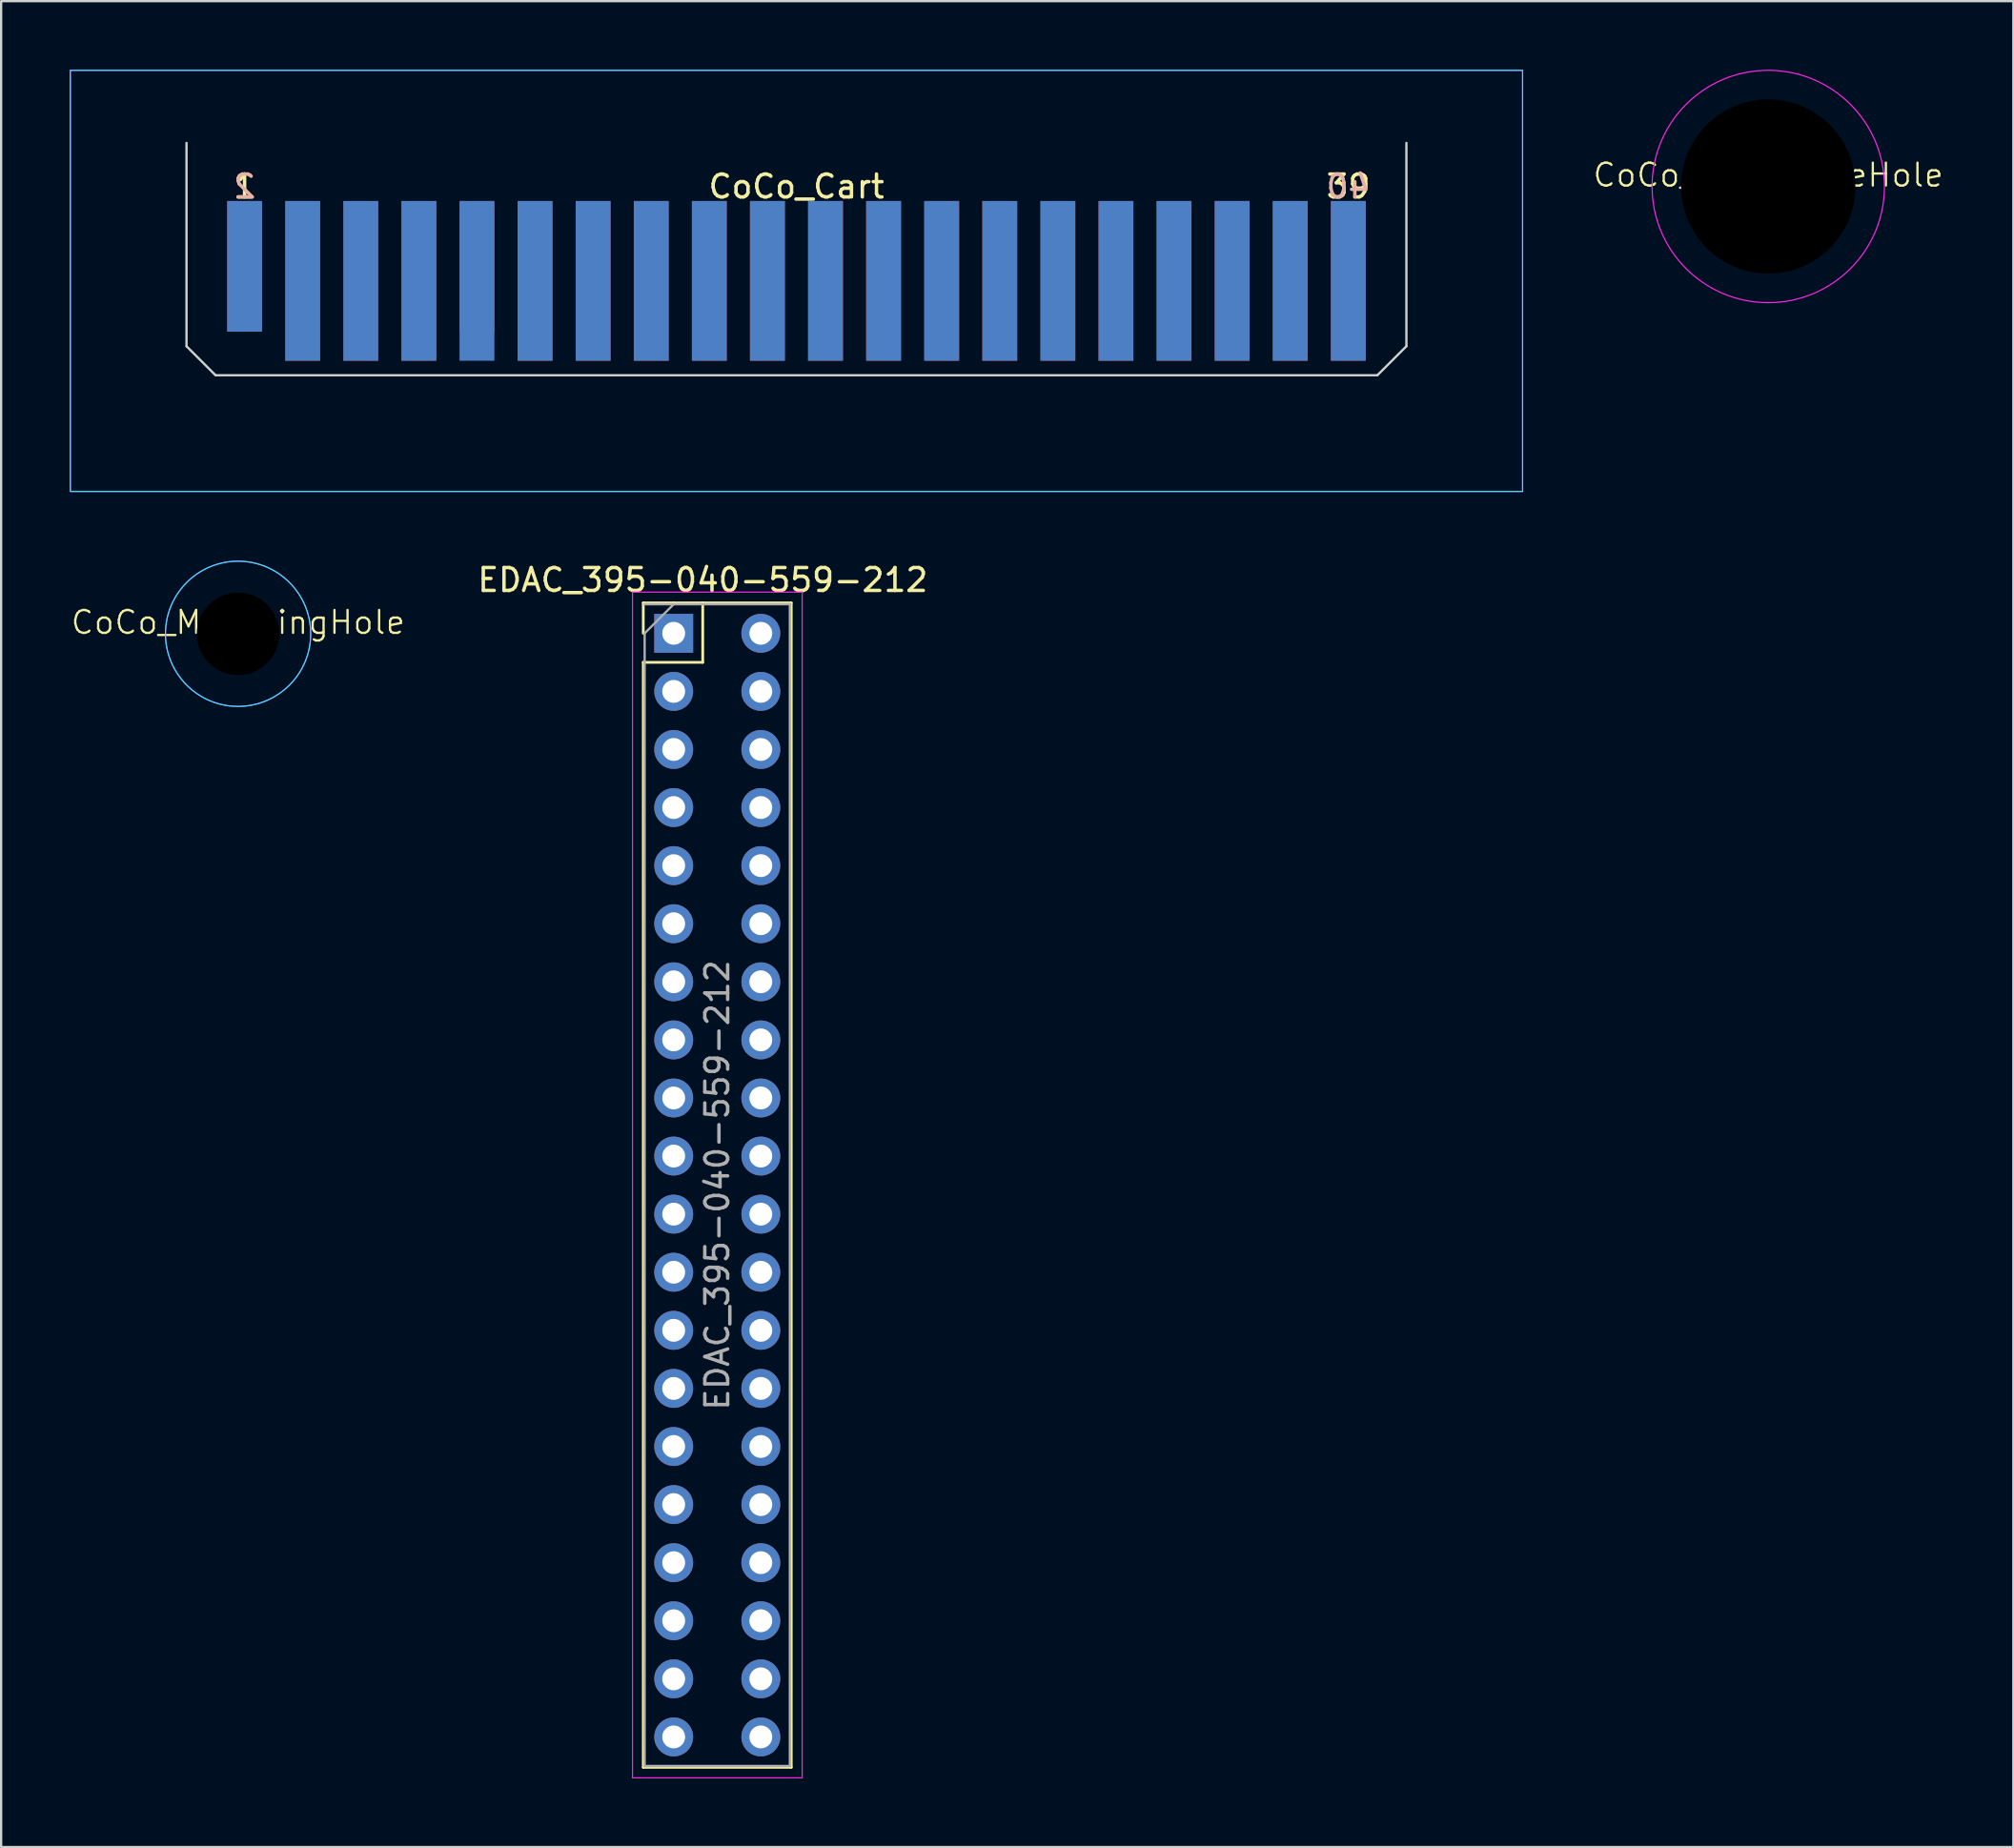
<source format=kicad_pcb>
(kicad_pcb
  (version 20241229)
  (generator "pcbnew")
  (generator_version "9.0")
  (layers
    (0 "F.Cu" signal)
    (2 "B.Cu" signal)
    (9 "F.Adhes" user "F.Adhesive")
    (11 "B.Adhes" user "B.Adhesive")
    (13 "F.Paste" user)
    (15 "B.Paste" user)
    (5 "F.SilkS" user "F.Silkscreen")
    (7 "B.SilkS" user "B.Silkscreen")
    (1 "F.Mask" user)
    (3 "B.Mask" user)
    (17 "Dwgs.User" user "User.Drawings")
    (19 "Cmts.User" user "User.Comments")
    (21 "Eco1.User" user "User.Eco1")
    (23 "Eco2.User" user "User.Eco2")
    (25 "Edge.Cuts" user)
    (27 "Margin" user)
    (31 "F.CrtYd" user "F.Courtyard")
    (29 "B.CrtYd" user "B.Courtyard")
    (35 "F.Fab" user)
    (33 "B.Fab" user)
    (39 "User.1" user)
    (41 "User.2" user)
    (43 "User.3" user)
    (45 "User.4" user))
  (footprint "CoCo_Cart"
    (layer "F.Cu")
    (at 31.775 13.36)
    (property "Reference" "CoCo_Cart" (at 0 -8.255 0) (unlocked yes) (layer "F.SilkS") (effects (font (size 1 1) (thickness 0.15))))
    (attr exclude_from_pos_files exclude_from_bom)
    (fp_rect (start -26.67 0) (end 26.67 -7.62) (stroke (width 0) (type solid)) (fill yes) (layer "F.Mask"))
    (fp_rect (start -26.67 0) (end 26.67 -7.62) (stroke (width 0) (type solid)) (fill yes) (layer "B.Mask"))
    (fp_line (start -26.67 -1.27) (end -26.67 -10.16) (stroke (width 0.1) (type default)) (layer "Edge.Cuts"))
    (fp_line (start -25.4 0) (end -26.67 -1.27) (stroke (width 0.1) (type default)) (layer "Edge.Cuts"))
    (fp_line (start -25.4 0) (end 25.4 0) (stroke (width 0.1) (type default)) (layer "Edge.Cuts"))
    (fp_line (start 25.4 0) (end 26.67 -1.27) (stroke (width 0.1) (type default)) (layer "Edge.Cuts"))
    (fp_line (start 26.67 -1.27) (end 26.67 -10.16) (stroke (width 0.1) (type default)) (layer "Edge.Cuts"))
    (fp_rect (start 31.75 -13.335) (end -31.75 5.08) (stroke (width 0.05) (type default)) (fill no) (layer "B.CrtYd"))
    (fp_rect (start 31.75 5.08) (end -31.75 -13.335) (stroke (width 0.05) (type default)) (fill no) (layer "F.CrtYd"))
    (fp_text user "39" (at 24.13 -8.255 0) (unlocked yes) (layer "F.SilkS") (effects (font (size 1 1) (thickness 0.15))))
    (fp_text user "1" (at -24.13 -8.255 0) (unlocked yes) (layer "F.SilkS") (effects (font (size 1 1) (thickness 0.15))))
    (fp_text user "2" (at -24.13 -8.255 0) (unlocked yes) (layer "B.SilkS") (effects (font (size 1 1) (thickness 0.15)) (justify mirror)))
    (fp_text user "40" (at 24.13 -8.255 0) (unlocked yes) (layer "B.SilkS") (effects (font (size 1 1) (thickness 0.15)) (justify mirror)))
    (pad "1" connect rect (at -24.13 -4.763) (size 1.524 5.715) (layers "F.Cu"))
    (pad "2" connect rect (at -24.13 -4.763) (size 1.524 5.715) (layers "B.Cu"))
    (pad "3" connect rect (at -21.59 -4.128) (size 1.524 6.985) (layers "F.Cu"))
    (pad "4" connect rect (at -21.59 -4.128) (size 1.524 6.985) (layers "B.Cu"))
    (pad "5" connect rect (at -19.05 -4.128) (size 1.524 6.985) (layers "F.Cu"))
    (pad "6" connect rect (at -19.05 -4.128) (size 1.524 6.985) (layers "B.Cu"))
    (pad "7" connect rect (at -16.51 -4.128) (size 1.524 6.985) (layers "F.Cu"))
    (pad "8" connect rect (at -16.51 -4.128) (size 1.524 6.985) (layers "B.Cu"))
    (pad "9" connect rect (at -13.97 -4.763) (size 1.524 5.715) (layers "F.Cu"))
    (pad "10" connect rect (at -13.97 -4.128) (size 1.524 6.985) (layers "B.Cu"))
    (pad "11" connect rect (at -11.43 -4.128) (size 1.524 6.985) (layers "F.Cu"))
    (pad "12" connect rect (at -11.43 -4.128) (size 1.524 6.985) (layers "B.Cu"))
    (pad "13" connect rect (at -8.89 -4.128) (size 1.524 6.985) (layers "F.Cu"))
    (pad "14" connect rect (at -8.89 -4.128) (size 1.524 6.985) (layers "B.Cu"))
    (pad "15" connect rect (at -6.35 -4.128) (size 1.524 6.985) (layers "F.Cu"))
    (pad "16" connect rect (at -6.35 -4.128) (size 1.524 6.985) (layers "B.Cu"))
    (pad "17" connect rect (at -3.81 -4.128) (size 1.524 6.985) (layers "F.Cu"))
    (pad "18" connect rect (at -3.81 -4.128) (size 1.524 6.985) (layers "B.Cu"))
    (pad "19" connect rect (at -1.27 -4.128) (size 1.524 6.985) (layers "F.Cu"))
    (pad "20" connect rect (at -1.27 -4.128) (size 1.524 6.985) (layers "B.Cu"))
    (pad "21" connect rect (at 1.27 -4.128) (size 1.524 6.985) (layers "F.Cu"))
    (pad "22" connect rect (at 1.27 -4.128) (size 1.524 6.985) (layers "B.Cu"))
    (pad "23" connect rect (at 3.81 -4.128) (size 1.524 6.985) (layers "F.Cu"))
    (pad "24" connect rect (at 3.81 -4.128) (size 1.524 6.985) (layers "B.Cu"))
    (pad "25" connect rect (at 6.35 -4.128) (size 1.524 6.985) (layers "F.Cu"))
    (pad "26" connect rect (at 6.35 -4.128) (size 1.524 6.985) (layers "B.Cu"))
    (pad "27" connect rect (at 8.89 -4.128) (size 1.524 6.985) (layers "F.Cu"))
    (pad "28" connect rect (at 8.89 -4.128) (size 1.524 6.985) (layers "B.Cu"))
    (pad "29" connect rect (at 11.43 -4.128) (size 1.524 6.985) (layers "F.Cu"))
    (pad "30" connect rect (at 11.43 -4.128) (size 1.524 6.985) (layers "B.Cu"))
    (pad "31" connect rect (at 13.97 -4.128) (size 1.524 6.985) (layers "F.Cu"))
    (pad "32" connect rect (at 13.97 -4.128) (size 1.524 6.985) (layers "B.Cu"))
    (pad "33" connect rect (at 16.51 -4.128) (size 1.524 6.985) (layers "F.Cu"))
    (pad "34" connect rect (at 16.51 -4.128) (size 1.524 6.985) (layers "B.Cu"))
    (pad "35" connect rect (at 19.05 -4.128) (size 1.524 6.985) (layers "F.Cu"))
    (pad "36" connect rect (at 19.05 -4.128) (size 1.524 6.985) (layers "B.Cu"))
    (pad "37" connect rect (at 21.59 -4.128) (size 1.524 6.985) (layers "F.Cu"))
    (pad "38" connect rect (at 21.59 -4.128) (size 1.524 6.985) (layers "B.Cu"))
    (pad "39" connect rect (at 24.13 -4.128) (size 1.524 6.985) (layers "F.Cu"))
    (pad "40" connect rect (at 24.13 -4.128) (size 1.524 6.985) (layers "B.Cu"))
    (zone (net_name "") (layers "F.Cu" "B.Cu") (name "Bevel") (hatch edge 0.5) (connect_pads) (min_thickness 0.25) (filled_areas_thickness no) (keepout (tracks not_allowed) (vias not_allowed) (pads not_allowed) (copperpour not_allowed) (footprints not_allowed)) (placement (enabled no)) (fill) (polygon (pts (xy 58.475 13.36) (xy 58.475 12.76) (xy 5.075 12.76) (xy 5.075 13.36)))))
  (footprint "CoCo_MountingHole"
    (layer "F.Cu")
    (at 7.36 24.665)
    (property "Reference" "CoCo_MountingHole" (at 0 -0.5 0) (unlocked yes) (layer "F.SilkS") (effects (font (size 1 1) (thickness 0.1))))
    (attr through_hole board_only exclude_from_pos_files exclude_from_bom)
    (fp_circle (center 0 0) (end 3.175 0) (stroke (width 0.05) (type default)) (fill no) (layer "B.CrtYd"))
    (fp_circle (center 0 0) (end -3.175 0) (stroke (width 0.05) (type default)) (fill no) (layer "F.CrtYd"))
    (pad "" np_thru_hole circle (at 0 0) (size 5.715 5.715) (drill 3.607) (layers "*.Mask")))
  (footprint "EDAC_395-040-559-212"
    (layer "F.Cu")
    (at 26.407 24.643)
    (property "Reference" "EDAC_395-040-559-212" (at 1.27 -2.33 0) (layer "F.SilkS") (effects (font (size 1 1) (thickness 0.15))))
    (attr through_hole)
    (fp_line (start -1.33 -1.33) (end 0 -1.33) (stroke (width 0.12) (type solid)) (layer "F.SilkS"))
    (fp_line (start -1.33 0) (end -1.33 -1.33) (stroke (width 0.12) (type solid)) (layer "F.SilkS"))
    (fp_line (start -1.33 1.27) (end -1.33 49.59) (stroke (width 0.12) (type solid)) (layer "F.SilkS"))
    (fp_line (start -1.33 1.27) (end 1.27 1.27) (stroke (width 0.12) (type solid)) (layer "F.SilkS"))
    (fp_line (start -1.33 49.59) (end 5.14 49.59) (stroke (width 0.12) (type solid)) (layer "F.SilkS"))
    (fp_line (start 0 -1.33) (end 5.14 -1.33) (stroke (width 0.12) (type solid)) (layer "F.SilkS"))
    (fp_line (start 1.27 1.27) (end 1.27 -1.33) (stroke (width 0.12) (type solid)) (layer "F.SilkS"))
    (fp_line (start 5.14 -1.33) (end 5.14 49.59) (stroke (width 0.12) (type solid)) (layer "F.SilkS"))
    (fp_line (start -1.8 -1.8) (end -1.8 50.05) (stroke (width 0.05) (type solid)) (layer "F.CrtYd"))
    (fp_line (start -1.8 50.05) (end 5.62 50.05) (stroke (width 0.05) (type solid)) (layer "F.CrtYd"))
    (fp_line (start 5.62 -1.8) (end -1.805 -1.8) (stroke (width 0.05) (type solid)) (layer "F.CrtYd"))
    (fp_line (start 5.62 50.05) (end 5.62 -1.8) (stroke (width 0.05) (type solid)) (layer "F.CrtYd"))
    (fp_line (start -1.27 -1.27) (end 5.08 -1.27) (stroke (width 0.1) (type solid)) (layer "F.Fab"))
    (fp_line (start -1.27 0) (end 0 -1.27) (stroke (width 0.1) (type solid)) (layer "F.Fab"))
    (fp_line (start -1.27 49.53) (end -1.27 0) (stroke (width 0.1) (type solid)) (layer "F.Fab"))
    (fp_line (start 5.08 -1.27) (end 5.08 49.53) (stroke (width 0.1) (type solid)) (layer "F.Fab"))
    (fp_line (start 5.08 49.53) (end -1.27 49.53) (stroke (width 0.1) (type solid)) (layer "F.Fab"))
    (fp_text user "${REFERENCE}" (at 1.905 24.13 90) (layer "F.Fab") (effects (font (size 1 1) (thickness 0.15))))
    (pad "1" thru_hole rect (at 0 0) (size 1.7 1.7) (drill 1) (layers "*.Cu" "*.Mask"))
    (pad "2" thru_hole oval (at 3.81 0) (size 1.7 1.7) (drill 1) (layers "*.Cu" "*.Mask"))
    (pad "3" thru_hole oval (at 0 2.54) (size 1.7 1.7) (drill 1) (layers "*.Cu" "*.Mask"))
    (pad "4" thru_hole oval (at 3.81 2.54) (size 1.7 1.7) (drill 1) (layers "*.Cu" "*.Mask"))
    (pad "5" thru_hole oval (at 0 5.08) (size 1.7 1.7) (drill 1) (layers "*.Cu" "*.Mask"))
    (pad "6" thru_hole oval (at 3.81 5.08) (size 1.7 1.7) (drill 1) (layers "*.Cu" "*.Mask"))
    (pad "7" thru_hole oval (at 0 7.62) (size 1.7 1.7) (drill 1) (layers "*.Cu" "*.Mask"))
    (pad "8" thru_hole oval (at 3.81 7.62) (size 1.7 1.7) (drill 1) (layers "*.Cu" "*.Mask"))
    (pad "9" thru_hole oval (at 0 10.16) (size 1.7 1.7) (drill 1) (layers "*.Cu" "*.Mask"))
    (pad "10" thru_hole oval (at 3.81 10.16) (size 1.7 1.7) (drill 1) (layers "*.Cu" "*.Mask"))
    (pad "11" thru_hole oval (at 0 12.7) (size 1.7 1.7) (drill 1) (layers "*.Cu" "*.Mask"))
    (pad "12" thru_hole oval (at 3.81 12.7) (size 1.7 1.7) (drill 1) (layers "*.Cu" "*.Mask"))
    (pad "13" thru_hole oval (at 0 15.24) (size 1.7 1.7) (drill 1) (layers "*.Cu" "*.Mask"))
    (pad "14" thru_hole oval (at 3.81 15.24) (size 1.7 1.7) (drill 1) (layers "*.Cu" "*.Mask"))
    (pad "15" thru_hole oval (at 0 17.78) (size 1.7 1.7) (drill 1) (layers "*.Cu" "*.Mask"))
    (pad "16" thru_hole oval (at 3.81 17.78) (size 1.7 1.7) (drill 1) (layers "*.Cu" "*.Mask"))
    (pad "17" thru_hole oval (at 0 20.32) (size 1.7 1.7) (drill 1) (layers "*.Cu" "*.Mask"))
    (pad "18" thru_hole oval (at 3.81 20.32) (size 1.7 1.7) (drill 1) (layers "*.Cu" "*.Mask"))
    (pad "19" thru_hole oval (at 0 22.86) (size 1.7 1.7) (drill 1) (layers "*.Cu" "*.Mask"))
    (pad "20" thru_hole oval (at 3.81 22.86) (size 1.7 1.7) (drill 1) (layers "*.Cu" "*.Mask"))
    (pad "21" thru_hole oval (at 0 25.4) (size 1.7 1.7) (drill 1) (layers "*.Cu" "*.Mask"))
    (pad "22" thru_hole oval (at 3.81 25.4) (size 1.7 1.7) (drill 1) (layers "*.Cu" "*.Mask"))
    (pad "23" thru_hole oval (at 0 27.94) (size 1.7 1.7) (drill 1) (layers "*.Cu" "*.Mask"))
    (pad "24" thru_hole oval (at 3.81 27.94) (size 1.7 1.7) (drill 1) (layers "*.Cu" "*.Mask"))
    (pad "25" thru_hole oval (at 0 30.48) (size 1.7 1.7) (drill 1) (layers "*.Cu" "*.Mask"))
    (pad "26" thru_hole oval (at 3.81 30.48) (size 1.7 1.7) (drill 1) (layers "*.Cu" "*.Mask"))
    (pad "27" thru_hole oval (at 0 33.02) (size 1.7 1.7) (drill 1) (layers "*.Cu" "*.Mask"))
    (pad "28" thru_hole oval (at 3.81 33.02) (size 1.7 1.7) (drill 1) (layers "*.Cu" "*.Mask"))
    (pad "29" thru_hole oval (at 0 35.56) (size 1.7 1.7) (drill 1) (layers "*.Cu" "*.Mask"))
    (pad "30" thru_hole oval (at 3.81 35.56) (size 1.7 1.7) (drill 1) (layers "*.Cu" "*.Mask"))
    (pad "31" thru_hole oval (at 0 38.1) (size 1.7 1.7) (drill 1) (layers "*.Cu" "*.Mask"))
    (pad "32" thru_hole oval (at 3.81 38.1) (size 1.7 1.7) (drill 1) (layers "*.Cu" "*.Mask"))
    (pad "33" thru_hole oval (at 0 40.64) (size 1.7 1.7) (drill 1) (layers "*.Cu" "*.Mask"))
    (pad "34" thru_hole oval (at 3.81 40.64) (size 1.7 1.7) (drill 1) (layers "*.Cu" "*.Mask"))
    (pad "35" thru_hole oval (at 0 43.18) (size 1.7 1.7) (drill 1) (layers "*.Cu" "*.Mask"))
    (pad "36" thru_hole oval (at 3.81 43.18) (size 1.7 1.7) (drill 1) (layers "*.Cu" "*.Mask"))
    (pad "37" thru_hole oval (at 0 45.72) (size 1.7 1.7) (drill 1) (layers "*.Cu" "*.Mask"))
    (pad "38" thru_hole oval (at 3.81 45.72) (size 1.7 1.7) (drill 1) (layers "*.Cu" "*.Mask"))
    (pad "39" thru_hole oval (at 0 48.26) (size 1.7 1.7) (drill 1) (layers "*.Cu" "*.Mask"))
    (pad "40" thru_hole oval (at 3.81 48.26) (size 1.7 1.7) (drill 1) (layers "*.Cu" "*.Mask")))
  (footprint "CoCo_ClearanceHole"
    (layer "F.Cu")
    (at 74.267 5.105)
    (property "Reference" "CoCo_ClearanceHole" (at 0 -0.5 0) (unlocked yes) (layer "F.SilkS") (effects (font (size 1 1) (thickness 0.1))))
    (attr through_hole board_only exclude_from_pos_files exclude_from_bom)
    (fp_circle (center 0 0) (end 5.08 0) (stroke (width 0.05) (type default)) (fill no) (layer "F.CrtYd"))
    (pad "" np_thru_hole circle (at 0 0 180) (size 7.62 7.62) (drill 7.62) (layers "*.Mask")))
  (gr_rect
    (start -3 -3)
    (end 84.983 77.718)
    (stroke (width 0.1) (type default))
    (fill no)
    (layer "Edge.Cuts")))
</source>
